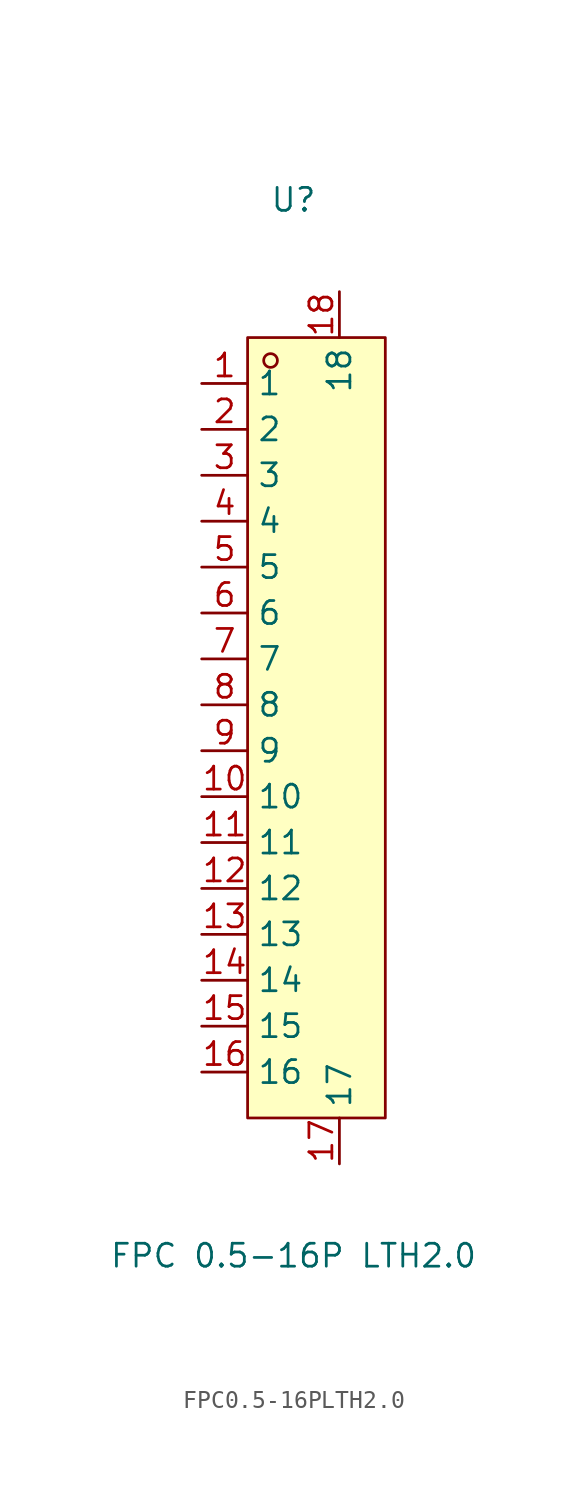
<source format=kicad_sym>
(kicad_symbol_lib
  (version 20211014)
  (generator https://github.com/uPesy/easyeda2kicad.py)
  (symbol "FPC0.5-16PLTH2.0"
    (property "Reference" "U"
      (at 0 30.48 0)
      (effects (font (size 1.27 1.27))))
    (property "Value" "FPC 0.5-16P LTH2.0"
      (at 0 -27.94 0)
      (effects (font (size 1.27 1.27))))
    (symbol "FPC0.5-16PLTH2.0_0_1"
      (rectangle (start -2.54 22.86) (end 5.08 -20.32) (stroke (width 0) (type default) (color 0 0 0 0)) (fill (type background)))
      (circle (center -1.27 21.59) (radius 0.38) (stroke (width 0) (type default) (color 0 0 0 0)) (fill (type none)))
      (pin unspecified line (at -5.08 20.32 0) (length 2.54) (name "1" (effects (font (size 1.27 1.27)))) (number "1" (effects (font (size 1.27 1.27)))))
      (pin unspecified line (at -5.08 17.78 0) (length 2.54) (name "2" (effects (font (size 1.27 1.27)))) (number "2" (effects (font (size 1.27 1.27)))))
      (pin unspecified line (at -5.08 15.24 0) (length 2.54) (name "3" (effects (font (size 1.27 1.27)))) (number "3" (effects (font (size 1.27 1.27)))))
      (pin unspecified line (at -5.08 12.70 0) (length 2.54) (name "4" (effects (font (size 1.27 1.27)))) (number "4" (effects (font (size 1.27 1.27)))))
      (pin unspecified line (at -5.08 10.16 0) (length 2.54) (name "5" (effects (font (size 1.27 1.27)))) (number "5" (effects (font (size 1.27 1.27)))))
      (pin unspecified line (at -5.08 7.62 0) (length 2.54) (name "6" (effects (font (size 1.27 1.27)))) (number "6" (effects (font (size 1.27 1.27)))))
      (pin unspecified line (at -5.08 5.08 0) (length 2.54) (name "7" (effects (font (size 1.27 1.27)))) (number "7" (effects (font (size 1.27 1.27)))))
      (pin unspecified line (at -5.08 2.54 0) (length 2.54) (name "8" (effects (font (size 1.27 1.27)))) (number "8" (effects (font (size 1.27 1.27)))))
      (pin unspecified line (at -5.08 -0.00 0) (length 2.54) (name "9" (effects (font (size 1.27 1.27)))) (number "9" (effects (font (size 1.27 1.27)))))
      (pin unspecified line (at -5.08 -2.54 0) (length 2.54) (name "10" (effects (font (size 1.27 1.27)))) (number "10" (effects (font (size 1.27 1.27)))))
      (pin unspecified line (at -5.08 -5.08 0) (length 2.54) (name "11" (effects (font (size 1.27 1.27)))) (number "11" (effects (font (size 1.27 1.27)))))
      (pin unspecified line (at -5.08 -7.62 0) (length 2.54) (name "12" (effects (font (size 1.27 1.27)))) (number "12" (effects (font (size 1.27 1.27)))))
      (pin unspecified line (at -5.08 -10.16 0) (length 2.54) (name "13" (effects (font (size 1.27 1.27)))) (number "13" (effects (font (size 1.27 1.27)))))
      (pin unspecified line (at -5.08 -12.70 0) (length 2.54) (name "14" (effects (font (size 1.27 1.27)))) (number "14" (effects (font (size 1.27 1.27)))))
      (pin unspecified line (at -5.08 -15.24 0) (length 2.54) (name "15" (effects (font (size 1.27 1.27)))) (number "15" (effects (font (size 1.27 1.27)))))
      (pin unspecified line (at -5.08 -17.78 0) (length 2.54) (name "16" (effects (font (size 1.27 1.27)))) (number "16" (effects (font (size 1.27 1.27)))))
      (pin unspecified line (at 2.54 -22.86 90) (length 2.54) (name "17" (effects (font (size 1.27 1.27)))) (number "17" (effects (font (size 1.27 1.27)))))
      (pin unspecified line (at 2.54 25.40 270) (length 2.54) (name "18" (effects (font (size 1.27 1.27)))) (number "18" (effects (font (size 1.27 1.27))))))))
</source>
